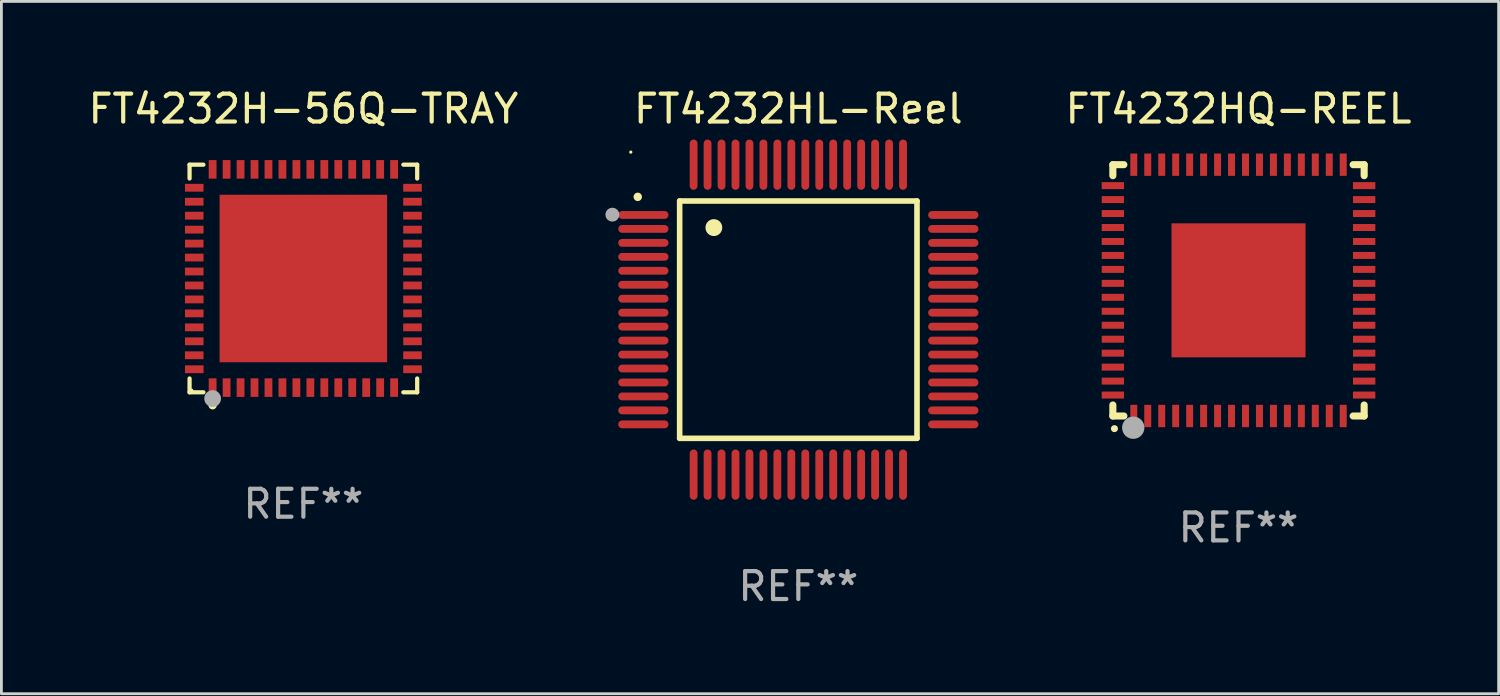
<source format=kicad_pcb>
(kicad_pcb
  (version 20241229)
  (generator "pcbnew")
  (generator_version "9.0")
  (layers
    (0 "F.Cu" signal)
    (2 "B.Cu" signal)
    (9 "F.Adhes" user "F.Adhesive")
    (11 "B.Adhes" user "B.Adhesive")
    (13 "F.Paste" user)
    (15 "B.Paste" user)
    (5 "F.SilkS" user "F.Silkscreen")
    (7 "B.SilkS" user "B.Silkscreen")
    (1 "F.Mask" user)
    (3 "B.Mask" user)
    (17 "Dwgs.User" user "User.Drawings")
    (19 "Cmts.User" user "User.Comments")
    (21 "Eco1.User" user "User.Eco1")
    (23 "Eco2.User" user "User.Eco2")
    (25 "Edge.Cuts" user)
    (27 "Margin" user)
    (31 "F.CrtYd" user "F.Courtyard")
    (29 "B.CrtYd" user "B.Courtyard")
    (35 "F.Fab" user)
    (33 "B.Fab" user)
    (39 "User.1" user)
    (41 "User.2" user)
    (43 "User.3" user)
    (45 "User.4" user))
  (footprint "FT4232H-56Q-TRAY"
    (layer "F.Cu")
    (at 7.815 6.924)
    (property "Reference" "FT4232H-56Q-TRAY" (at 0 -6.076 0) (layer "F.SilkS") (effects (font (size 1 1) (thickness 0.15))))
    (attr through_hole)
    (fp_line (start -4.076 -4.076) (end -3.581 -4.076) (stroke (width 0.152) (type solid)) (layer "F.SilkS"))
    (fp_line (start -4.076 -3.581) (end -4.076 -4.076) (stroke (width 0.152) (type solid)) (layer "F.SilkS"))
    (fp_line (start -4.076 3.581) (end -4.076 4.076) (stroke (width 0.152) (type solid)) (layer "F.SilkS"))
    (fp_line (start -4.076 4.076) (end -3.581 4.076) (stroke (width 0.152) (type solid)) (layer "F.SilkS"))
    (fp_line (start 4.076 -4.076) (end 3.581 -4.076) (stroke (width 0.152) (type solid)) (layer "F.SilkS"))
    (fp_line (start 4.076 -3.581) (end 4.076 -4.076) (stroke (width 0.152) (type solid)) (layer "F.SilkS"))
    (fp_line (start 4.076 3.581) (end 4.076 4.076) (stroke (width 0.152) (type solid)) (layer "F.SilkS"))
    (fp_line (start 4.076 4.076) (end 3.581 4.076) (stroke (width 0.152) (type solid)) (layer "F.SilkS"))
    (fp_circle (center -4 4) (end -3.97 4) (stroke (width 0.06) (type solid)) (fill no) (layer "F.SilkS"))
    (fp_circle (center -3.25 4.54) (end -3.175 4.54) (stroke (width 0.15) (type solid)) (fill no) (layer "F.SilkS"))
    (fp_circle (center -3.25 4.3) (end -3.1 4.3) (stroke (width 0.3) (type solid)) (fill no) (layer "F.Fab"))
    (fp_text user "REF**" (at 0 8.076 0) (layer "F.Fab") (effects (font (size 1 1) (thickness 0.15))))
    (pad "1" smd rect (at -3.25 3.908) (size 0.28 0.665) (layers "F.Cu" "F.Mask" "F.Paste"))
    (pad "2" smd rect (at -2.75 3.908) (size 0.28 0.665) (layers "F.Cu" "F.Mask" "F.Paste"))
    (pad "3" smd rect (at -2.25 3.908) (size 0.28 0.665) (layers "F.Cu" "F.Mask" "F.Paste"))
    (pad "4" smd rect (at -1.75 3.908) (size 0.28 0.665) (layers "F.Cu" "F.Mask" "F.Paste"))
    (pad "5" smd rect (at -1.25 3.908) (size 0.28 0.665) (layers "F.Cu" "F.Mask" "F.Paste"))
    (pad "6" smd rect (at -0.75 3.908) (size 0.28 0.665) (layers "F.Cu" "F.Mask" "F.Paste"))
    (pad "7" smd rect (at -0.25 3.908) (size 0.28 0.665) (layers "F.Cu" "F.Mask" "F.Paste"))
    (pad "8" smd rect (at 0.25 3.908) (size 0.28 0.665) (layers "F.Cu" "F.Mask" "F.Paste"))
    (pad "9" smd rect (at 0.75 3.908) (size 0.28 0.665) (layers "F.Cu" "F.Mask" "F.Paste"))
    (pad "10" smd rect (at 1.25 3.908) (size 0.28 0.665) (layers "F.Cu" "F.Mask" "F.Paste"))
    (pad "11" smd rect (at 1.75 3.908) (size 0.28 0.665) (layers "F.Cu" "F.Mask" "F.Paste"))
    (pad "12" smd rect (at 2.25 3.908) (size 0.28 0.665) (layers "F.Cu" "F.Mask" "F.Paste"))
    (pad "13" smd rect (at 2.75 3.908) (size 0.28 0.665) (layers "F.Cu" "F.Mask" "F.Paste"))
    (pad "14" smd rect (at 3.25 3.908) (size 0.28 0.665) (layers "F.Cu" "F.Mask" "F.Paste"))
    (pad "15" smd rect (at 3.908 3.25) (size 0.665 0.28) (layers "F.Cu" "F.Mask" "F.Paste"))
    (pad "16" smd rect (at 3.908 2.75) (size 0.665 0.28) (layers "F.Cu" "F.Mask" "F.Paste"))
    (pad "17" smd rect (at 3.908 2.25) (size 0.665 0.28) (layers "F.Cu" "F.Mask" "F.Paste"))
    (pad "18" smd rect (at 3.908 1.75) (size 0.665 0.28) (layers "F.Cu" "F.Mask" "F.Paste"))
    (pad "19" smd rect (at 3.908 1.25) (size 0.665 0.28) (layers "F.Cu" "F.Mask" "F.Paste"))
    (pad "20" smd rect (at 3.908 0.75) (size 0.665 0.28) (layers "F.Cu" "F.Mask" "F.Paste"))
    (pad "21" smd rect (at 3.908 0.25) (size 0.665 0.28) (layers "F.Cu" "F.Mask" "F.Paste"))
    (pad "22" smd rect (at 3.908 -0.25) (size 0.665 0.28) (layers "F.Cu" "F.Mask" "F.Paste"))
    (pad "23" smd rect (at 3.908 -0.75) (size 0.665 0.28) (layers "F.Cu" "F.Mask" "F.Paste"))
    (pad "24" smd rect (at 3.908 -1.25) (size 0.665 0.28) (layers "F.Cu" "F.Mask" "F.Paste"))
    (pad "25" smd rect (at 3.908 -1.75) (size 0.665 0.28) (layers "F.Cu" "F.Mask" "F.Paste"))
    (pad "26" smd rect (at 3.908 -2.25) (size 0.665 0.28) (layers "F.Cu" "F.Mask" "F.Paste"))
    (pad "27" smd rect (at 3.908 -2.75) (size 0.665 0.28) (layers "F.Cu" "F.Mask" "F.Paste"))
    (pad "28" smd rect (at 3.908 -3.25) (size 0.665 0.28) (layers "F.Cu" "F.Mask" "F.Paste"))
    (pad "29" smd rect (at 3.25 -3.908) (size 0.28 0.665) (layers "F.Cu" "F.Mask" "F.Paste"))
    (pad "30" smd rect (at 2.75 -3.908) (size 0.28 0.665) (layers "F.Cu" "F.Mask" "F.Paste"))
    (pad "31" smd rect (at 2.25 -3.908) (size 0.28 0.665) (layers "F.Cu" "F.Mask" "F.Paste"))
    (pad "32" smd rect (at 1.75 -3.908) (size 0.28 0.665) (layers "F.Cu" "F.Mask" "F.Paste"))
    (pad "33" smd rect (at 1.25 -3.908) (size 0.28 0.665) (layers "F.Cu" "F.Mask" "F.Paste"))
    (pad "34" smd rect (at 0.75 -3.908) (size 0.28 0.665) (layers "F.Cu" "F.Mask" "F.Paste"))
    (pad "35" smd rect (at 0.25 -3.908) (size 0.28 0.665) (layers "F.Cu" "F.Mask" "F.Paste"))
    (pad "36" smd rect (at -0.25 -3.908) (size 0.28 0.665) (layers "F.Cu" "F.Mask" "F.Paste"))
    (pad "37" smd rect (at -0.75 -3.908) (size 0.28 0.665) (layers "F.Cu" "F.Mask" "F.Paste"))
    (pad "38" smd rect (at -1.25 -3.908) (size 0.28 0.665) (layers "F.Cu" "F.Mask" "F.Paste"))
    (pad "39" smd rect (at -1.75 -3.908) (size 0.28 0.665) (layers "F.Cu" "F.Mask" "F.Paste"))
    (pad "40" smd rect (at -2.25 -3.908) (size 0.28 0.665) (layers "F.Cu" "F.Mask" "F.Paste"))
    (pad "41" smd rect (at -2.75 -3.908) (size 0.28 0.665) (layers "F.Cu" "F.Mask" "F.Paste"))
    (pad "42" smd rect (at -3.25 -3.908) (size 0.28 0.665) (layers "F.Cu" "F.Mask" "F.Paste"))
    (pad "43" smd rect (at -3.908 -3.25) (size 0.665 0.28) (layers "F.Cu" "F.Mask" "F.Paste"))
    (pad "44" smd rect (at -3.908 -2.75) (size 0.665 0.28) (layers "F.Cu" "F.Mask" "F.Paste"))
    (pad "45" smd rect (at -3.908 -2.25) (size 0.665 0.28) (layers "F.Cu" "F.Mask" "F.Paste"))
    (pad "46" smd rect (at -3.908 -1.75) (size 0.665 0.28) (layers "F.Cu" "F.Mask" "F.Paste"))
    (pad "47" smd rect (at -3.908 -1.25) (size 0.665 0.28) (layers "F.Cu" "F.Mask" "F.Paste"))
    (pad "48" smd rect (at -3.908 -0.75) (size 0.665 0.28) (layers "F.Cu" "F.Mask" "F.Paste"))
    (pad "49" smd rect (at -3.908 -0.25) (size 0.665 0.28) (layers "F.Cu" "F.Mask" "F.Paste"))
    (pad "50" smd rect (at -3.908 0.25) (size 0.665 0.28) (layers "F.Cu" "F.Mask" "F.Paste"))
    (pad "51" smd rect (at -3.908 0.75) (size 0.665 0.28) (layers "F.Cu" "F.Mask" "F.Paste"))
    (pad "52" smd rect (at -3.908 1.25) (size 0.665 0.28) (layers "F.Cu" "F.Mask" "F.Paste"))
    (pad "53" smd rect (at -3.908 1.75) (size 0.665 0.28) (layers "F.Cu" "F.Mask" "F.Paste"))
    (pad "54" smd rect (at -3.908 2.25) (size 0.665 0.28) (layers "F.Cu" "F.Mask" "F.Paste"))
    (pad "55" smd rect (at -3.908 2.75) (size 0.665 0.28) (layers "F.Cu" "F.Mask" "F.Paste"))
    (pad "56" smd rect (at -3.908 3.25) (size 0.665 0.28) (layers "F.Cu" "F.Mask" "F.Paste"))
    (pad "57" smd rect (at 0 0) (size 6 6) (layers "F.Cu" "F.Mask" "F.Paste")))
  (footprint "FT4232HL-Reel"
    (layer "F.Cu")
    (at 25.541 8.398)
    (property "Reference" "FT4232HL-Reel" (at 0 -7.55 0) (layer "F.SilkS") (effects (font (size 1 1) (thickness 0.15))))
    (attr through_hole)
    (fp_line (start -4.25 -4.25) (end -4.25 4.25) (stroke (width 0.2) (type solid)) (layer "F.SilkS"))
    (fp_line (start -4.25 4.25) (end 4.25 4.25) (stroke (width 0.2) (type solid)) (layer "F.SilkS"))
    (fp_line (start 4.25 -4.25) (end -4.25 -4.25) (stroke (width 0.2) (type solid)) (layer "F.SilkS"))
    (fp_line (start 4.25 4.25) (end 4.25 -4.25) (stroke (width 0.2) (type solid)) (layer "F.SilkS"))
    (fp_arc (start -5.750572 -4.396749) (mid -5.750577 -4.398019) (end -5.750572 -4.399289) (stroke (width 0.3) (type solid)) (layer "F.SilkS"))
    (fp_arc (start -3.025146 -3.294387) (mid -3.025157 -3.296927) (end -3.025146 -3.299467) (stroke (width 0.6) (type solid)) (layer "F.SilkS"))
    (fp_circle (center -6 -6) (end -5.97 -6) (stroke (width 0.06) (type solid)) (fill no) (layer "F.SilkS"))
    (fp_circle (center -6.66 -3.76) (end -6.535 -3.76) (stroke (width 0.25) (type solid)) (fill no) (layer "F.Fab"))
    (fp_text user "REF**" (at 0 9.55 0) (layer "F.Fab") (effects (font (size 1 1) (thickness 0.15))))
    (pad "1" smd oval (at -5.55 -3.75) (size 1.8 0.28) (layers "F.Cu" "F.Mask" "F.Paste"))
    (pad "2" smd oval (at -5.55 -3.25) (size 1.8 0.28) (layers "F.Cu" "F.Mask" "F.Paste"))
    (pad "3" smd oval (at -5.55 -2.75) (size 1.8 0.28) (layers "F.Cu" "F.Mask" "F.Paste"))
    (pad "4" smd oval (at -5.55 -2.25) (size 1.8 0.28) (layers "F.Cu" "F.Mask" "F.Paste"))
    (pad "5" smd oval (at -5.55 -1.75) (size 1.8 0.28) (layers "F.Cu" "F.Mask" "F.Paste"))
    (pad "6" smd oval (at -5.55 -1.25) (size 1.8 0.28) (layers "F.Cu" "F.Mask" "F.Paste"))
    (pad "7" smd oval (at -5.55 -0.75) (size 1.8 0.28) (layers "F.Cu" "F.Mask" "F.Paste"))
    (pad "8" smd oval (at -5.55 -0.25) (size 1.8 0.28) (layers "F.Cu" "F.Mask" "F.Paste"))
    (pad "9" smd oval (at -5.55 0.25) (size 1.8 0.28) (layers "F.Cu" "F.Mask" "F.Paste"))
    (pad "10" smd oval (at -5.55 0.75) (size 1.8 0.28) (layers "F.Cu" "F.Mask" "F.Paste"))
    (pad "11" smd oval (at -5.55 1.25) (size 1.8 0.28) (layers "F.Cu" "F.Mask" "F.Paste"))
    (pad "12" smd oval (at -5.55 1.75) (size 1.8 0.28) (layers "F.Cu" "F.Mask" "F.Paste"))
    (pad "13" smd oval (at -5.55 2.25) (size 1.8 0.28) (layers "F.Cu" "F.Mask" "F.Paste"))
    (pad "14" smd oval (at -5.55 2.75) (size 1.8 0.28) (layers "F.Cu" "F.Mask" "F.Paste"))
    (pad "15" smd oval (at -5.55 3.25) (size 1.8 0.28) (layers "F.Cu" "F.Mask" "F.Paste"))
    (pad "16" smd oval (at -5.55 3.75) (size 1.8 0.28) (layers "F.Cu" "F.Mask" "F.Paste"))
    (pad "17" smd oval (at -3.75 5.55) (size 0.28 1.8) (layers "F.Cu" "F.Mask" "F.Paste"))
    (pad "18" smd oval (at -3.25 5.55) (size 0.28 1.8) (layers "F.Cu" "F.Mask" "F.Paste"))
    (pad "19" smd oval (at -2.75 5.55) (size 0.28 1.8) (layers "F.Cu" "F.Mask" "F.Paste"))
    (pad "20" smd oval (at -2.25 5.55) (size 0.28 1.8) (layers "F.Cu" "F.Mask" "F.Paste"))
    (pad "21" smd oval (at -1.75 5.55) (size 0.28 1.8) (layers "F.Cu" "F.Mask" "F.Paste"))
    (pad "22" smd oval (at -1.25 5.55) (size 0.28 1.8) (layers "F.Cu" "F.Mask" "F.Paste"))
    (pad "23" smd oval (at -0.75 5.55) (size 0.28 1.8) (layers "F.Cu" "F.Mask" "F.Paste"))
    (pad "24" smd oval (at -0.25 5.55) (size 0.28 1.8) (layers "F.Cu" "F.Mask" "F.Paste"))
    (pad "25" smd oval (at 0.25 5.55) (size 0.28 1.8) (layers "F.Cu" "F.Mask" "F.Paste"))
    (pad "26" smd oval (at 0.75 5.55) (size 0.28 1.8) (layers "F.Cu" "F.Mask" "F.Paste"))
    (pad "27" smd oval (at 1.25 5.55) (size 0.28 1.8) (layers "F.Cu" "F.Mask" "F.Paste"))
    (pad "28" smd oval (at 1.75 5.55) (size 0.28 1.8) (layers "F.Cu" "F.Mask" "F.Paste"))
    (pad "29" smd oval (at 2.25 5.55) (size 0.28 1.8) (layers "F.Cu" "F.Mask" "F.Paste"))
    (pad "30" smd oval (at 2.75 5.55) (size 0.28 1.8) (layers "F.Cu" "F.Mask" "F.Paste"))
    (pad "31" smd oval (at 3.25 5.55) (size 0.28 1.8) (layers "F.Cu" "F.Mask" "F.Paste"))
    (pad "32" smd oval (at 3.75 5.55) (size 0.28 1.8) (layers "F.Cu" "F.Mask" "F.Paste"))
    (pad "33" smd oval (at 5.55 3.75) (size 1.8 0.28) (layers "F.Cu" "F.Mask" "F.Paste"))
    (pad "34" smd oval (at 5.55 3.25) (size 1.8 0.28) (layers "F.Cu" "F.Mask" "F.Paste"))
    (pad "35" smd oval (at 5.55 2.75) (size 1.8 0.28) (layers "F.Cu" "F.Mask" "F.Paste"))
    (pad "36" smd oval (at 5.55 2.25) (size 1.8 0.28) (layers "F.Cu" "F.Mask" "F.Paste"))
    (pad "37" smd oval (at 5.55 1.75) (size 1.8 0.28) (layers "F.Cu" "F.Mask" "F.Paste"))
    (pad "38" smd oval (at 5.55 1.25) (size 1.8 0.28) (layers "F.Cu" "F.Mask" "F.Paste"))
    (pad "39" smd oval (at 5.55 0.75) (size 1.8 0.28) (layers "F.Cu" "F.Mask" "F.Paste"))
    (pad "40" smd oval (at 5.55 0.25) (size 1.8 0.28) (layers "F.Cu" "F.Mask" "F.Paste"))
    (pad "41" smd oval (at 5.55 -0.25) (size 1.8 0.28) (layers "F.Cu" "F.Mask" "F.Paste"))
    (pad "42" smd oval (at 5.55 -0.75) (size 1.8 0.28) (layers "F.Cu" "F.Mask" "F.Paste"))
    (pad "43" smd oval (at 5.55 -1.25) (size 1.8 0.28) (layers "F.Cu" "F.Mask" "F.Paste"))
    (pad "44" smd oval (at 5.55 -1.75) (size 1.8 0.28) (layers "F.Cu" "F.Mask" "F.Paste"))
    (pad "45" smd oval (at 5.55 -2.25) (size 1.8 0.28) (layers "F.Cu" "F.Mask" "F.Paste"))
    (pad "46" smd oval (at 5.55 -2.75) (size 1.8 0.28) (layers "F.Cu" "F.Mask" "F.Paste"))
    (pad "47" smd oval (at 5.55 -3.25) (size 1.8 0.28) (layers "F.Cu" "F.Mask" "F.Paste"))
    (pad "48" smd oval (at 5.55 -3.75) (size 1.8 0.28) (layers "F.Cu" "F.Mask" "F.Paste"))
    (pad "49" smd oval (at 3.75 -5.55) (size 0.28 1.8) (layers "F.Cu" "F.Mask" "F.Paste"))
    (pad "50" smd oval (at 3.25 -5.55) (size 0.28 1.8) (layers "F.Cu" "F.Mask" "F.Paste"))
    (pad "51" smd oval (at 2.75 -5.55) (size 0.28 1.8) (layers "F.Cu" "F.Mask" "F.Paste"))
    (pad "52" smd oval (at 2.25 -5.55) (size 0.28 1.8) (layers "F.Cu" "F.Mask" "F.Paste"))
    (pad "53" smd oval (at 1.75 -5.55) (size 0.28 1.8) (layers "F.Cu" "F.Mask" "F.Paste"))
    (pad "54" smd oval (at 1.25 -5.55) (size 0.28 1.8) (layers "F.Cu" "F.Mask" "F.Paste"))
    (pad "55" smd oval (at 0.75 -5.55) (size 0.28 1.8) (layers "F.Cu" "F.Mask" "F.Paste"))
    (pad "56" smd oval (at 0.25 -5.55) (size 0.28 1.8) (layers "F.Cu" "F.Mask" "F.Paste"))
    (pad "57" smd oval (at -0.25 -5.55) (size 0.28 1.8) (layers "F.Cu" "F.Mask" "F.Paste"))
    (pad "58" smd oval (at -0.75 -5.55) (size 0.28 1.8) (layers "F.Cu" "F.Mask" "F.Paste"))
    (pad "59" smd oval (at -1.25 -5.55) (size 0.28 1.8) (layers "F.Cu" "F.Mask" "F.Paste"))
    (pad "60" smd oval (at -1.75 -5.55) (size 0.28 1.8) (layers "F.Cu" "F.Mask" "F.Paste"))
    (pad "61" smd oval (at -2.25 -5.55) (size 0.28 1.8) (layers "F.Cu" "F.Mask" "F.Paste"))
    (pad "62" smd oval (at -2.75 -5.55) (size 0.28 1.8) (layers "F.Cu" "F.Mask" "F.Paste"))
    (pad "63" smd oval (at -3.25 -5.55) (size 0.28 1.8) (layers "F.Cu" "F.Mask" "F.Paste"))
    (pad "64" smd oval (at -3.75 -5.55) (size 0.28 1.8) (layers "F.Cu" "F.Mask" "F.Paste")))
  (footprint "FT4232HQ-REEL"
    (layer "F.Cu")
    (at 41.306 7.348)
    (property "Reference" "FT4232HQ-REEL" (at 0 -6.5 0) (layer "F.SilkS") (effects (font (size 1 1) (thickness 0.15))))
    (attr through_hole)
    (fp_line (start -4.5 -4.5) (end -4.106 -4.5) (stroke (width 0.254) (type solid)) (layer "F.SilkS"))
    (fp_line (start -4.5 -4.106) (end -4.5 -4.5) (stroke (width 0.254) (type solid)) (layer "F.SilkS"))
    (fp_line (start -4.5 4.5) (end -4.5 4.106) (stroke (width 0.254) (type solid)) (layer "F.SilkS"))
    (fp_line (start -4.106 4.5) (end -4.5 4.5) (stroke (width 0.254) (type solid)) (layer "F.SilkS"))
    (fp_line (start 4.106 -4.5) (end 4.5 -4.5) (stroke (width 0.254) (type solid)) (layer "F.SilkS"))
    (fp_line (start 4.5 -4.5) (end 4.5 -4.106) (stroke (width 0.254) (type solid)) (layer "F.SilkS"))
    (fp_line (start 4.5 4.106) (end 4.5 4.5) (stroke (width 0.254) (type solid)) (layer "F.SilkS"))
    (fp_line (start 4.5 4.5) (end 4.106 4.5) (stroke (width 0.254) (type solid)) (layer "F.SilkS"))
    (fp_arc (start -4.444945 4.953073) (mid -4.443675 4.953067) (end -4.442405 4.953073) (stroke (width 0.24892) (type solid)) (layer "F.SilkS"))
    (fp_circle (center -4.5 4.5) (end -4.47 4.5) (stroke (width 0.06) (type solid)) (fill no) (layer "F.SilkS"))
    (fp_circle (center -3.77 4.92) (end -3.57 4.92) (stroke (width 0.4) (type solid)) (fill no) (layer "F.Fab"))
    (fp_text user "REF**" (at 0 8.5 0) (layer "F.Fab") (effects (font (size 1 1) (thickness 0.15))))
    (pad "1" smd rect (at -3.75 4.5 90) (size 0.8 0.25) (layers "F.Cu" "F.Mask" "F.Paste"))
    (pad "2" smd rect (at -3.25 4.5 90) (size 0.8 0.25) (layers "F.Cu" "F.Mask" "F.Paste"))
    (pad "3" smd rect (at -2.75 4.5 90) (size 0.8 0.25) (layers "F.Cu" "F.Mask" "F.Paste"))
    (pad "4" smd rect (at -2.25 4.5 90) (size 0.8 0.25) (layers "F.Cu" "F.Mask" "F.Paste"))
    (pad "5" smd rect (at -1.75 4.5 90) (size 0.8 0.25) (layers "F.Cu" "F.Mask" "F.Paste"))
    (pad "6" smd rect (at -1.25 4.5 90) (size 0.8 0.25) (layers "F.Cu" "F.Mask" "F.Paste"))
    (pad "7" smd rect (at -0.75 4.5 90) (size 0.8 0.25) (layers "F.Cu" "F.Mask" "F.Paste"))
    (pad "8" smd rect (at -0.25 4.5 90) (size 0.8 0.25) (layers "F.Cu" "F.Mask" "F.Paste"))
    (pad "9" smd rect (at 0.25 4.5 90) (size 0.8 0.25) (layers "F.Cu" "F.Mask" "F.Paste"))
    (pad "10" smd rect (at 0.75 4.5 90) (size 0.8 0.25) (layers "F.Cu" "F.Mask" "F.Paste"))
    (pad "11" smd rect (at 1.25 4.5 90) (size 0.8 0.25) (layers "F.Cu" "F.Mask" "F.Paste"))
    (pad "12" smd rect (at 1.75 4.5 90) (size 0.8 0.25) (layers "F.Cu" "F.Mask" "F.Paste"))
    (pad "13" smd rect (at 2.25 4.5 90) (size 0.8 0.25) (layers "F.Cu" "F.Mask" "F.Paste"))
    (pad "14" smd rect (at 2.75 4.5 90) (size 0.8 0.25) (layers "F.Cu" "F.Mask" "F.Paste"))
    (pad "15" smd rect (at 3.25 4.5 90) (size 0.8 0.25) (layers "F.Cu" "F.Mask" "F.Paste"))
    (pad "16" smd rect (at 3.75 4.5 90) (size 0.8 0.25) (layers "F.Cu" "F.Mask" "F.Paste"))
    (pad "17" smd rect (at 4.5 3.75) (size 0.8 0.25) (layers "F.Cu" "F.Mask" "F.Paste"))
    (pad "18" smd rect (at 4.5 3.25) (size 0.8 0.25) (layers "F.Cu" "F.Mask" "F.Paste"))
    (pad "19" smd rect (at 4.5 2.75) (size 0.8 0.25) (layers "F.Cu" "F.Mask" "F.Paste"))
    (pad "20" smd rect (at 4.5 2.25) (size 0.8 0.25) (layers "F.Cu" "F.Mask" "F.Paste"))
    (pad "21" smd rect (at 4.5 1.75) (size 0.8 0.25) (layers "F.Cu" "F.Mask" "F.Paste"))
    (pad "22" smd rect (at 4.5 1.25) (size 0.8 0.25) (layers "F.Cu" "F.Mask" "F.Paste"))
    (pad "23" smd rect (at 4.5 0.75) (size 0.8 0.25) (layers "F.Cu" "F.Mask" "F.Paste"))
    (pad "24" smd rect (at 4.5 0.25) (size 0.8 0.25) (layers "F.Cu" "F.Mask" "F.Paste"))
    (pad "25" smd rect (at 4.5 -0.25) (size 0.8 0.25) (layers "F.Cu" "F.Mask" "F.Paste"))
    (pad "26" smd rect (at 4.5 -0.75) (size 0.8 0.25) (layers "F.Cu" "F.Mask" "F.Paste"))
    (pad "27" smd rect (at 4.5 -1.25) (size 0.8 0.25) (layers "F.Cu" "F.Mask" "F.Paste"))
    (pad "28" smd rect (at 4.5 -1.75) (size 0.8 0.25) (layers "F.Cu" "F.Mask" "F.Paste"))
    (pad "29" smd rect (at 4.5 -2.25) (size 0.8 0.25) (layers "F.Cu" "F.Mask" "F.Paste"))
    (pad "30" smd rect (at 4.5 -2.75) (size 0.8 0.25) (layers "F.Cu" "F.Mask" "F.Paste"))
    (pad "31" smd rect (at 4.5 -3.25) (size 0.8 0.25) (layers "F.Cu" "F.Mask" "F.Paste"))
    (pad "32" smd rect (at 4.5 -3.75) (size 0.8 0.25) (layers "F.Cu" "F.Mask" "F.Paste"))
    (pad "33" smd rect (at 3.75 -4.5 90) (size 0.8 0.25) (layers "F.Cu" "F.Mask" "F.Paste"))
    (pad "34" smd rect (at 3.25 -4.5 90) (size 0.8 0.25) (layers "F.Cu" "F.Mask" "F.Paste"))
    (pad "35" smd rect (at 2.75 -4.5 90) (size 0.8 0.25) (layers "F.Cu" "F.Mask" "F.Paste"))
    (pad "36" smd rect (at 2.25 -4.5 90) (size 0.8 0.25) (layers "F.Cu" "F.Mask" "F.Paste"))
    (pad "37" smd rect (at 1.75 -4.5 90) (size 0.8 0.25) (layers "F.Cu" "F.Mask" "F.Paste"))
    (pad "38" smd rect (at 1.25 -4.5 90) (size 0.8 0.25) (layers "F.Cu" "F.Mask" "F.Paste"))
    (pad "39" smd rect (at 0.75 -4.5 90) (size 0.8 0.25) (layers "F.Cu" "F.Mask" "F.Paste"))
    (pad "40" smd rect (at 0.25 -4.5 90) (size 0.8 0.25) (layers "F.Cu" "F.Mask" "F.Paste"))
    (pad "41" smd rect (at -0.25 -4.5 90) (size 0.8 0.25) (layers "F.Cu" "F.Mask" "F.Paste"))
    (pad "42" smd rect (at -0.75 -4.5 90) (size 0.8 0.25) (layers "F.Cu" "F.Mask" "F.Paste"))
    (pad "43" smd rect (at -1.25 -4.5 90) (size 0.8 0.25) (layers "F.Cu" "F.Mask" "F.Paste"))
    (pad "44" smd rect (at -1.75 -4.5 90) (size 0.8 0.25) (layers "F.Cu" "F.Mask" "F.Paste"))
    (pad "45" smd rect (at -2.25 -4.5 90) (size 0.8 0.25) (layers "F.Cu" "F.Mask" "F.Paste"))
    (pad "46" smd rect (at -2.75 -4.5 90) (size 0.8 0.25) (layers "F.Cu" "F.Mask" "F.Paste"))
    (pad "47" smd rect (at -3.25 -4.5 90) (size 0.8 0.25) (layers "F.Cu" "F.Mask" "F.Paste"))
    (pad "48" smd rect (at -3.75 -4.5 90) (size 0.8 0.25) (layers "F.Cu" "F.Mask" "F.Paste"))
    (pad "49" smd rect (at -4.5 -3.75) (size 0.8 0.25) (layers "F.Cu" "F.Mask" "F.Paste"))
    (pad "50" smd rect (at -4.5 -3.25) (size 0.8 0.25) (layers "F.Cu" "F.Mask" "F.Paste"))
    (pad "51" smd rect (at -4.5 -2.75) (size 0.8 0.25) (layers "F.Cu" "F.Mask" "F.Paste"))
    (pad "52" smd rect (at -4.5 -2.25) (size 0.8 0.25) (layers "F.Cu" "F.Mask" "F.Paste"))
    (pad "53" smd rect (at -4.5 -1.75) (size 0.8 0.25) (layers "F.Cu" "F.Mask" "F.Paste"))
    (pad "54" smd rect (at -4.5 -1.25) (size 0.8 0.25) (layers "F.Cu" "F.Mask" "F.Paste"))
    (pad "55" smd rect (at -4.5 -0.75) (size 0.8 0.25) (layers "F.Cu" "F.Mask" "F.Paste"))
    (pad "56" smd rect (at -4.5 -0.25) (size 0.8 0.25) (layers "F.Cu" "F.Mask" "F.Paste"))
    (pad "57" smd rect (at -4.5 0.25) (size 0.8 0.25) (layers "F.Cu" "F.Mask" "F.Paste"))
    (pad "58" smd rect (at -4.5 0.75) (size 0.8 0.25) (layers "F.Cu" "F.Mask" "F.Paste"))
    (pad "59" smd rect (at -4.5 1.25) (size 0.8 0.25) (layers "F.Cu" "F.Mask" "F.Paste"))
    (pad "60" smd rect (at -4.5 1.75) (size 0.8 0.25) (layers "F.Cu" "F.Mask" "F.Paste"))
    (pad "61" smd rect (at -4.5 2.25) (size 0.8 0.25) (layers "F.Cu" "F.Mask" "F.Paste"))
    (pad "62" smd rect (at -4.5 2.75) (size 0.8 0.25) (layers "F.Cu" "F.Mask" "F.Paste"))
    (pad "63" smd rect (at -4.5 3.25) (size 0.8 0.25) (layers "F.Cu" "F.Mask" "F.Paste"))
    (pad "64" smd rect (at -4.5 3.75) (size 0.8 0.25) (layers "F.Cu" "F.Mask" "F.Paste"))
    (pad "65" smd rect (at 0.000191 -0.000064) (size 4.8 4.8) (layers "F.Cu" "F.Mask" "F.Paste")))
  (gr_rect
    (start -3 -3)
    (end 50.622 21.796)
    (stroke (width 0.1) (type default))
    (fill no)
    (layer "Edge.Cuts")))
</source>
